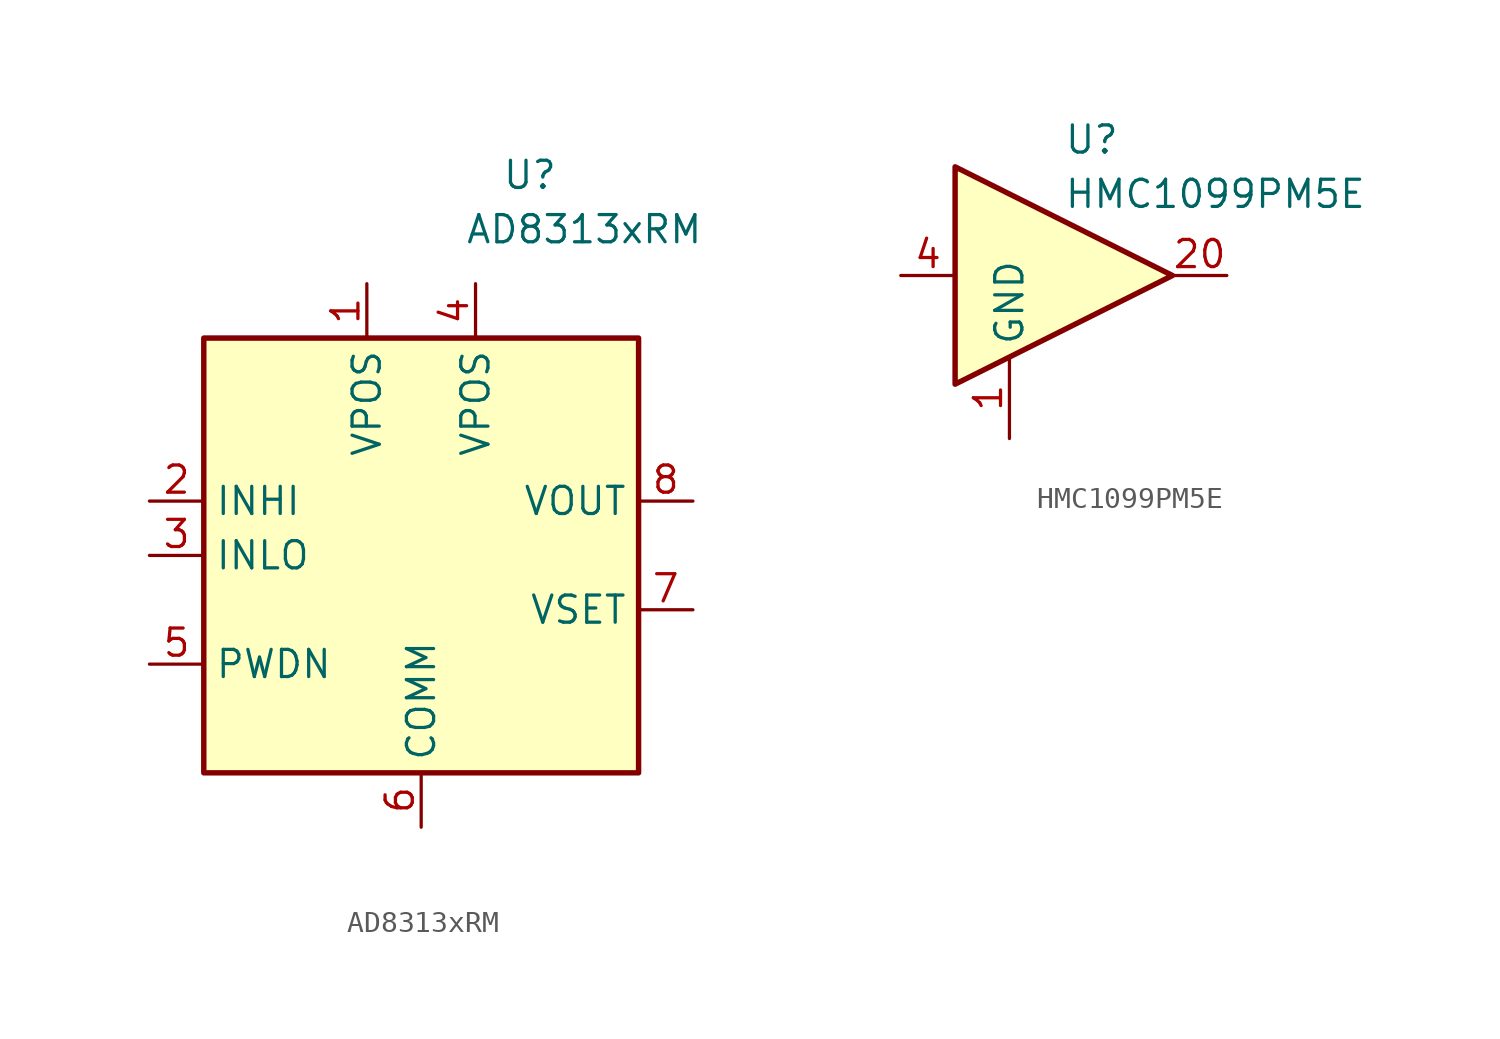
<source format=kicad_sym>
(kicad_symbol_lib
  (version 20201005)
  (generator kicad_symbol_editor)
  (symbol "RF_Amplifier:AD8313xRM"
    (property "Reference" "U"
      (at 5.08 17.78 0)
      (effects (font (size 1.27 1.27))))
    (property "Value" "AD8313xRM"
      (at 7.62 15.24 0)
      (effects (font (size 1.27 1.27))))
    (symbol "AD8313xRM_0_1"
      (rectangle (start -10.16 10.16) (end 10.16 -10.16) (stroke (width 0.254)) (fill (type background))))
    (symbol "AD8313xRM_1_1"
      (pin power_in line (at -2.54 12.7 270) (length 2.54) (name "VPOS" (effects (font (size 1.27 1.27)))) (number "1" (effects (font (size 1.27 1.27)))))
      (pin input line (at -12.7 2.54 0) (length 2.54) (name "INHI" (effects (font (size 1.27 1.27)))) (number "2" (effects (font (size 1.27 1.27)))))
      (pin input line (at -12.7 0 0) (length 2.54) (name "INLO" (effects (font (size 1.27 1.27)))) (number "3" (effects (font (size 1.27 1.27)))))
      (pin power_in line (at 2.54 12.7 270) (length 2.54) (name "VPOS" (effects (font (size 1.27 1.27)))) (number "4" (effects (font (size 1.27 1.27)))))
      (pin input line (at -12.7 -5.08 0) (length 2.54) (name "PWDN" (effects (font (size 1.27 1.27)))) (number "5" (effects (font (size 1.27 1.27)))))
      (pin power_in line (at 0 -12.7 90) (length 2.54) (name "COMM" (effects (font (size 1.27 1.27)))) (number "6" (effects (font (size 1.27 1.27)))))
      (pin input line (at 12.7 -2.54 180) (length 2.54) (name "VSET" (effects (font (size 1.27 1.27)))) (number "7" (effects (font (size 1.27 1.27)))))
      (pin output line (at 12.7 2.54 180) (length 2.54) (name "VOUT" (effects (font (size 1.27 1.27)))) (number "8" (effects (font (size 1.27 1.27)))))))
  (symbol "RF_Amplifier:HMC1099PM5E"
    (property "Reference" "U"
      (at 0 6.35 0)
      (effects (font (size 1.27 1.27)) (justify left)))
    (property "Value" "HMC1099PM5E"
      (at 0 3.81 0)
      (effects (font (size 1.27 1.27)) (justify left)))
    (symbol "HMC1099PM5E_1_1"
      (polyline (pts (xy 5.08 0) (xy -5.08 5.08) (xy -5.08 -5.08) (xy 5.08 0)) (stroke (width 0.254)) (fill (type background)))
      (pin power_in line (at -2.54 -7.62 90) (length 3.81) (name "GND" (effects (font (size 1.27 1.27)))) (number "1" (effects (font (size 1.27 1.27)))))
      (pin passive line (at -2.54 -7.62 90) (length 3.81) hide (name "GND" (effects (font (size 1.27 1.27)))) (number "10" (effects (font (size 1.27 1.27)))))
      (pin passive line (at -2.54 -7.62 90) (length 3.81) hide (name "GND" (effects (font (size 1.27 1.27)))) (number "11" (effects (font (size 1.27 1.27)))))
      (pin passive line (at -2.54 -7.62 90) (length 3.81) hide (name "GND" (effects (font (size 1.27 1.27)))) (number "12" (effects (font (size 1.27 1.27)))))
      (pin passive line (at -2.54 -7.62 90) (length 3.81) hide (name "GND" (effects (font (size 1.27 1.27)))) (number "13" (effects (font (size 1.27 1.27)))))
      (pin passive line (at -2.54 -7.62 90) (length 3.81) hide (name "GND" (effects (font (size 1.27 1.27)))) (number "14" (effects (font (size 1.27 1.27)))))
      (pin passive line (at -2.54 -7.62 90) (length 3.81) hide (name "GND" (effects (font (size 1.27 1.27)))) (number "15" (effects (font (size 1.27 1.27)))))
      (pin passive line (at -2.54 -7.62 90) (length 3.81) hide (name "GND" (effects (font (size 1.27 1.27)))) (number "16" (effects (font (size 1.27 1.27)))))
      (pin passive line (at -2.54 -7.62 90) (length 3.81) hide (name "GND" (effects (font (size 1.27 1.27)))) (number "17" (effects (font (size 1.27 1.27)))))
      (pin passive line (at -2.54 -7.62 90) (length 3.81) hide (name "GND" (effects (font (size 1.27 1.27)))) (number "18" (effects (font (size 1.27 1.27)))))
      (pin passive line (at -2.54 -7.62 90) (length 3.81) hide (name "GND" (effects (font (size 1.27 1.27)))) (number "19" (effects (font (size 1.27 1.27)))))
      (pin passive line (at -2.54 -7.62 90) (length 3.81) hide (name "GND" (effects (font (size 1.27 1.27)))) (number "2" (effects (font (size 1.27 1.27)))))
      (pin output line (at 7.62 0 180) (length 2.54) (name "~" (effects (font (size 1.27 1.27)))) (number "20" (effects (font (size 1.27 1.27)))))
      (pin passive line (at 7.62 0 180) (length 2.54) hide (name "~" (effects (font (size 1.27 1.27)))) (number "21" (effects (font (size 1.27 1.27)))))
      (pin passive line (at -2.54 -7.62 90) (length 3.81) hide (name "GND" (effects (font (size 1.27 1.27)))) (number "22" (effects (font (size 1.27 1.27)))))
      (pin passive line (at -2.54 -7.62 90) (length 3.81) hide (name "GND" (effects (font (size 1.27 1.27)))) (number "23" (effects (font (size 1.27 1.27)))))
      (pin passive line (at -2.54 -7.62 90) (length 3.81) hide (name "GND" (effects (font (size 1.27 1.27)))) (number "24" (effects (font (size 1.27 1.27)))))
      (pin passive line (at -2.54 -7.62 90) (length 3.81) hide (name "GND" (effects (font (size 1.27 1.27)))) (number "25" (effects (font (size 1.27 1.27)))))
      (pin passive line (at -2.54 -7.62 90) (length 3.81) hide (name "GND" (effects (font (size 1.27 1.27)))) (number "26" (effects (font (size 1.27 1.27)))))
      (pin passive line (at -2.54 -7.62 90) (length 3.81) hide (name "GND" (effects (font (size 1.27 1.27)))) (number "27" (effects (font (size 1.27 1.27)))))
      (pin passive line (at -2.54 -7.62 90) (length 3.81) hide (name "GND" (effects (font (size 1.27 1.27)))) (number "28" (effects (font (size 1.27 1.27)))))
      (pin passive line (at -2.54 -7.62 90) (length 3.81) hide (name "GND" (effects (font (size 1.27 1.27)))) (number "29" (effects (font (size 1.27 1.27)))))
      (pin passive line (at -2.54 -7.62 90) (length 3.81) hide (name "GND" (effects (font (size 1.27 1.27)))) (number "3" (effects (font (size 1.27 1.27)))))
      (pin passive line (at -2.54 -7.62 90) (length 3.81) hide (name "GND" (effects (font (size 1.27 1.27)))) (number "30" (effects (font (size 1.27 1.27)))))
      (pin passive line (at -2.54 -7.62 90) (length 3.81) hide (name "GND" (effects (font (size 1.27 1.27)))) (number "31" (effects (font (size 1.27 1.27)))))
      (pin passive line (at -2.54 -7.62 90) (length 3.81) hide (name "GND" (effects (font (size 1.27 1.27)))) (number "32" (effects (font (size 1.27 1.27)))))
      (pin passive line (at -2.54 -7.62 90) (length 3.81) hide (name "GND" (effects (font (size 1.27 1.27)))) (number "33" (effects (font (size 1.27 1.27)))))
      (pin input line (at -7.62 0 0) (length 2.54) (name "~" (effects (font (size 1.27 1.27)))) (number "4" (effects (font (size 1.27 1.27)))))
      (pin input line (at -7.62 0 0) (length 2.54) hide (name "~" (effects (font (size 1.27 1.27)))) (number "5" (effects (font (size 1.27 1.27)))))
      (pin passive line (at -2.54 -7.62 90) (length 3.81) hide (name "GND" (effects (font (size 1.27 1.27)))) (number "6" (effects (font (size 1.27 1.27)))))
      (pin passive line (at -2.54 -7.62 90) (length 3.81) hide (name "GND" (effects (font (size 1.27 1.27)))) (number "7" (effects (font (size 1.27 1.27)))))
      (pin passive line (at -2.54 -7.62 90) (length 3.81) hide (name "GND" (effects (font (size 1.27 1.27)))) (number "8" (effects (font (size 1.27 1.27)))))
      (pin passive line (at -2.54 -7.62 90) (length 3.81) hide (name "GND" (effects (font (size 1.27 1.27)))) (number "9" (effects (font (size 1.27 1.27))))))))
</source>
